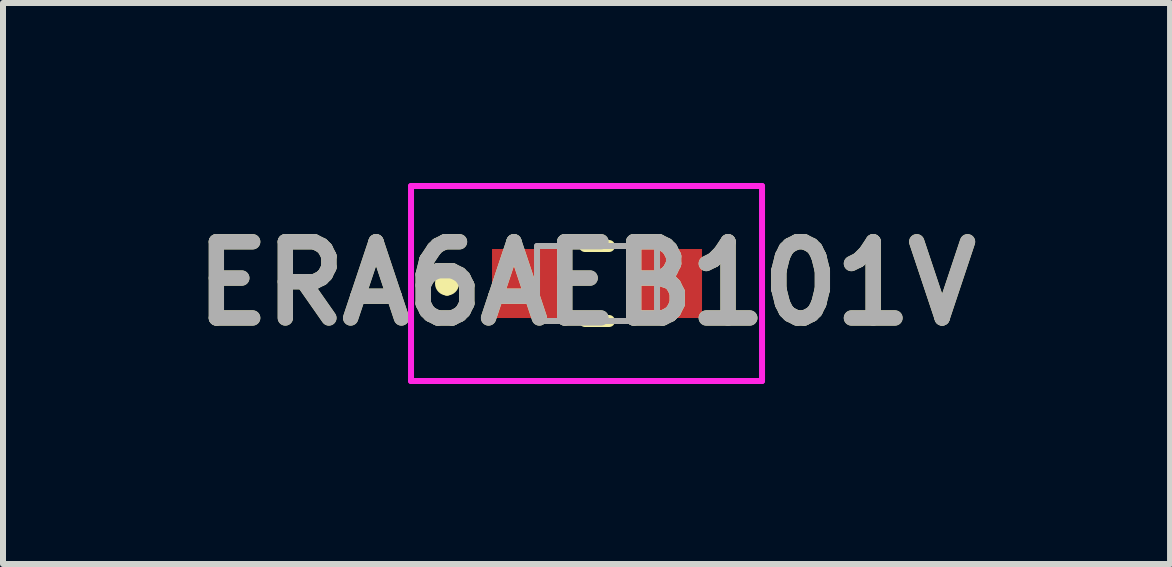
<source format=kicad_pcb>
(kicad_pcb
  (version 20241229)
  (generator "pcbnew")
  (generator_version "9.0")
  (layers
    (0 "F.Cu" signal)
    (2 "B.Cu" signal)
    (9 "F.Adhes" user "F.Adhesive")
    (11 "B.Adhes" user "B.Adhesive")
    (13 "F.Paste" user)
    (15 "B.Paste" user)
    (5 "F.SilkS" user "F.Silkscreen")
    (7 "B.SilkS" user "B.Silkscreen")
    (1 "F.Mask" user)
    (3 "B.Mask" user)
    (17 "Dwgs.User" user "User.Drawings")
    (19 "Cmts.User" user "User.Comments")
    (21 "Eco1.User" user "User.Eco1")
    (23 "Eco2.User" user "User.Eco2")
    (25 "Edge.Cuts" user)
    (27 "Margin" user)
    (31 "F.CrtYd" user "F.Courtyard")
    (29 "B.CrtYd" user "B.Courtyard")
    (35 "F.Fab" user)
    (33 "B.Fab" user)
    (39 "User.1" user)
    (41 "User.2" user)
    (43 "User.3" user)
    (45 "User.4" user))
  (footprint "ERA6AEB101V"
    (layer "F.Cu")
    (at 6.9 1.675)
    (property "Reference" "ERA6AEB101V" (at -0.175 0 0) (layer "F.SilkS") (effects (font (size 1.27 1.27) (thickness 0.254))))
    (attr smd)
    (fp_line (start -2.5 -0.1) (end -2.5 -0.1) (stroke (width 0.2) (type solid)) (layer "F.SilkS"))
    (fp_line (start -2.5 0.1) (end -2.5 0.1) (stroke (width 0.2) (type solid)) (layer "F.SilkS"))
    (fp_line (start -0.2 -0.625) (end 0.2 -0.625) (stroke (width 0.2) (type solid)) (layer "F.SilkS"))
    (fp_line (start -0.2 0.625) (end 0.2 0.625) (stroke (width 0.2) (type solid)) (layer "F.SilkS"))
    (fp_arc (start -2.5 -0.1) (mid -2.4 0) (end -2.5 0.1) (stroke (width 0.2) (type solid)) (layer "F.SilkS"))
    (fp_arc (start -2.5 0.1) (mid -2.6 0) (end -2.5 -0.1) (stroke (width 0.2) (type solid)) (layer "F.SilkS"))
    (fp_line (start -3.1 -1.625) (end 2.75 -1.625) (stroke (width 0.1) (type solid)) (layer "F.CrtYd"))
    (fp_line (start -3.1 1.625) (end -3.1 -1.625) (stroke (width 0.1) (type solid)) (layer "F.CrtYd"))
    (fp_line (start 2.75 -1.625) (end 2.75 1.625) (stroke (width 0.1) (type solid)) (layer "F.CrtYd"))
    (fp_line (start 2.75 1.625) (end -3.1 1.625) (stroke (width 0.1) (type solid)) (layer "F.CrtYd"))
    (fp_line (start -1 -0.625) (end 1 -0.625) (stroke (width 0.1) (type solid)) (layer "F.Fab"))
    (fp_line (start -1 0.625) (end -1 -0.625) (stroke (width 0.1) (type solid)) (layer "F.Fab"))
    (fp_line (start 1 -0.625) (end 1 0.625) (stroke (width 0.1) (type solid)) (layer "F.Fab"))
    (fp_line (start 1 0.625) (end -1 0.625) (stroke (width 0.1) (type solid)) (layer "F.Fab"))
    (fp_text user "${REFERENCE}" (at -0.175 0 0) (layer "F.Fab") (effects (font (size 1.27 1.27) (thickness 0.254))))
    (pad "1" smd rect (at -1.175 0) (size 1.15 1.15) (layers "F.Cu" "F.Mask" "F.Paste"))
    (pad "2" smd rect (at 1.175 0) (size 1.15 1.15) (layers "F.Cu" "F.Mask" "F.Paste")))
  (gr_rect
    (start -3 -3)
    (end 16.45 6.35)
    (stroke (width 0.1) (type default))
    (fill no)
    (layer "Edge.Cuts")))
</source>
